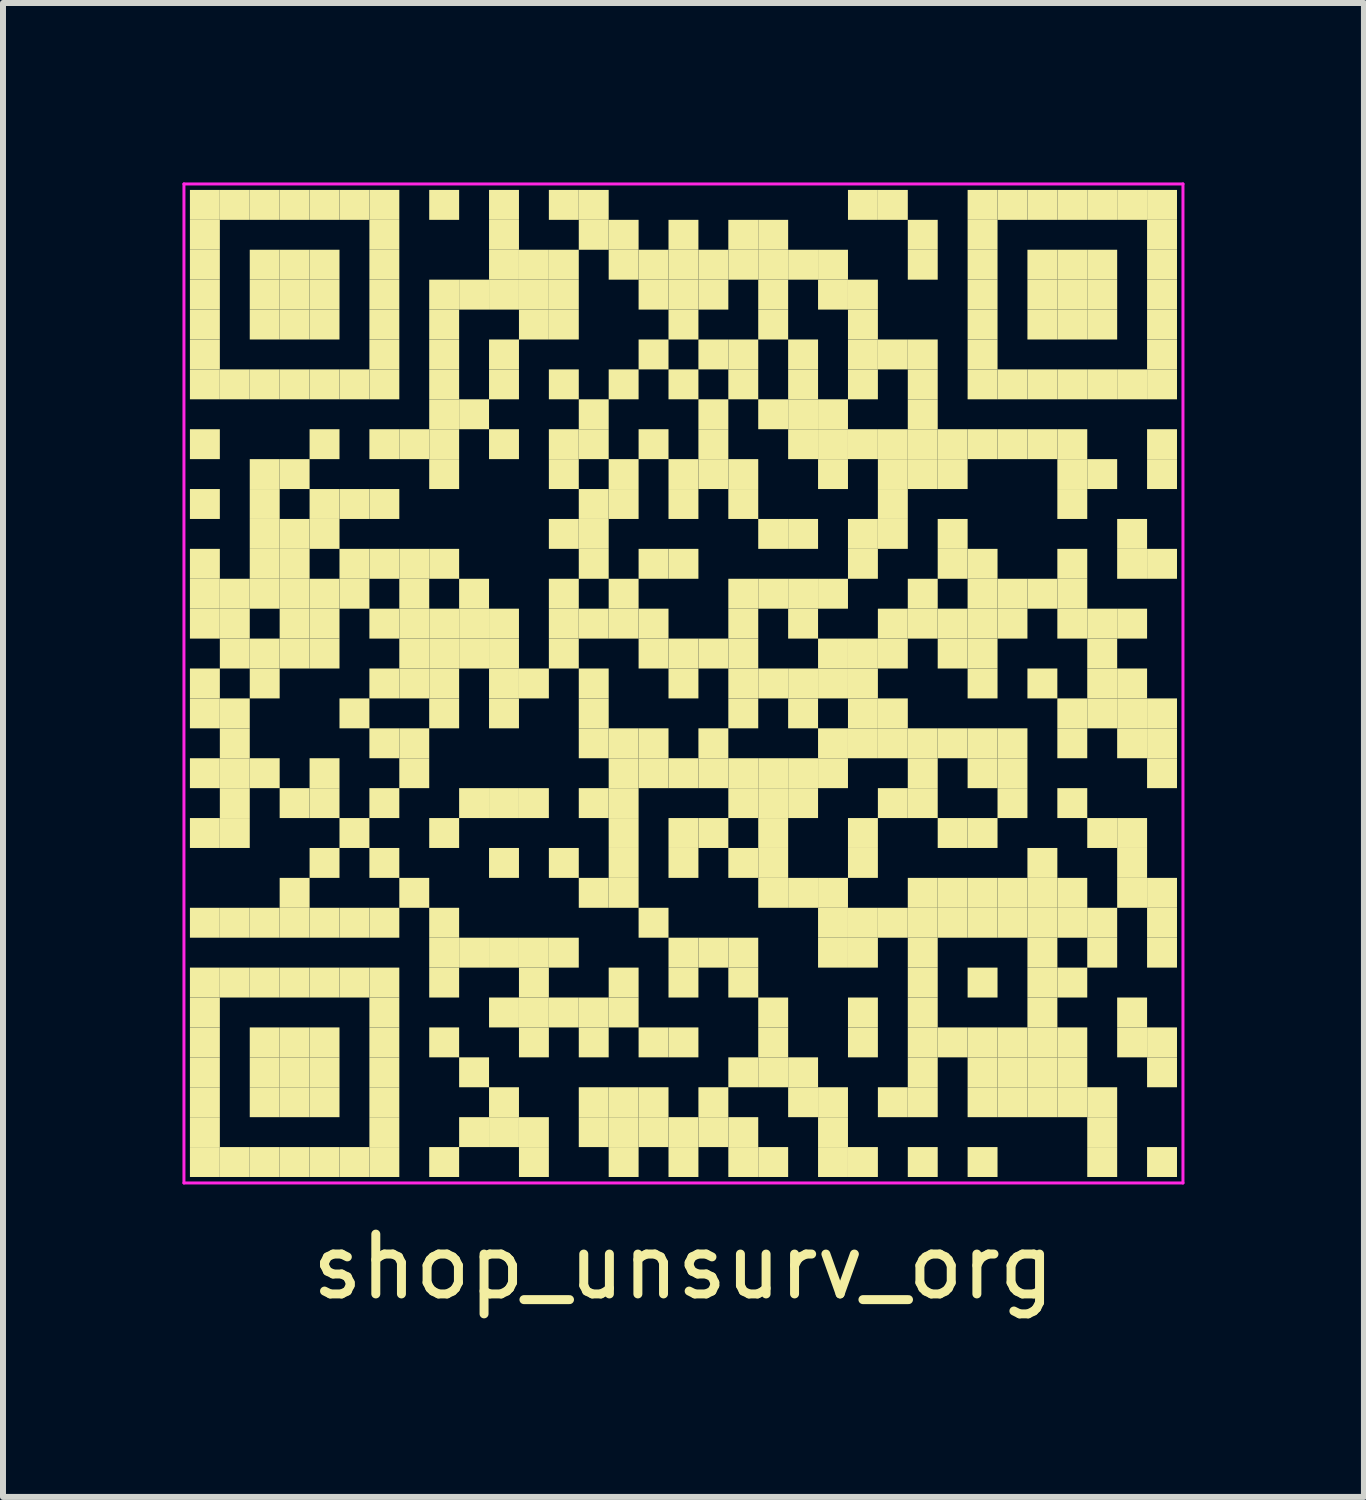
<source format=kicad_pcb>
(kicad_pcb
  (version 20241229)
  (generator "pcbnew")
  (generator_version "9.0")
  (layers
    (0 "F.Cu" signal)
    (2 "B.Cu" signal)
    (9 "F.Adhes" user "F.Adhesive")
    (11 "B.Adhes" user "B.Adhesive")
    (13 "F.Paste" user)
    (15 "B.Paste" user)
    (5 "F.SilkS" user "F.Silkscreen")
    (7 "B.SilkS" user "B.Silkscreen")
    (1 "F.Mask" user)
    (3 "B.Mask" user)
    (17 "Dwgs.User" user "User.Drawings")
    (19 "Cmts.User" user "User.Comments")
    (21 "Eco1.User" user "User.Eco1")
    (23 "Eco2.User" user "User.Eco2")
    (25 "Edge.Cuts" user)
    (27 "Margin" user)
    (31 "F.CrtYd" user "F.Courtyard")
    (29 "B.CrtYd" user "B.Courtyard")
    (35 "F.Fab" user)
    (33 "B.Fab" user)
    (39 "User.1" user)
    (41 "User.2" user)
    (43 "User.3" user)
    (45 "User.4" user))
  (footprint "shop_unsurv_org"
    (layer "F.Cu")
    (at 8.375 8.375)
    (property "Reference" "shop_unsurv_org" (at 0 9.75 0) (layer "F.SilkS") (effects (font (size 1 1) (thickness 0.15))))
    (fp_rect (start -8.25 -8.25) (end -7.75 -7.75) (stroke (width 0) (type default)) (fill yes) (layer "F.SilkS"))
    (fp_rect (start -8.25 -7.75) (end -7.75 -7.25) (stroke (width 0) (type default)) (fill yes) (layer "F.SilkS"))
    (fp_rect (start -8.25 -7.25) (end -7.75 -6.75) (stroke (width 0) (type default)) (fill yes) (layer "F.SilkS"))
    (fp_rect (start -8.25 -6.75) (end -7.75 -6.25) (stroke (width 0) (type default)) (fill yes) (layer "F.SilkS"))
    (fp_rect (start -8.25 -6.25) (end -7.75 -5.75) (stroke (width 0) (type default)) (fill yes) (layer "F.SilkS"))
    (fp_rect (start -8.25 -5.75) (end -7.75 -5.25) (stroke (width 0) (type default)) (fill yes) (layer "F.SilkS"))
    (fp_rect (start -8.25 -5.25) (end -7.75 -4.75) (stroke (width 0) (type default)) (fill yes) (layer "F.SilkS"))
    (fp_rect (start -8.25 -4.25) (end -7.75 -3.75) (stroke (width 0) (type default)) (fill yes) (layer "F.SilkS"))
    (fp_rect (start -8.25 -3.25) (end -7.75 -2.75) (stroke (width 0) (type default)) (fill yes) (layer "F.SilkS"))
    (fp_rect (start -8.25 -2.25) (end -7.75 -1.75) (stroke (width 0) (type default)) (fill yes) (layer "F.SilkS"))
    (fp_rect (start -8.25 -1.75) (end -7.75 -1.25) (stroke (width 0) (type default)) (fill yes) (layer "F.SilkS"))
    (fp_rect (start -8.25 -1.25) (end -7.75 -0.75) (stroke (width 0) (type default)) (fill yes) (layer "F.SilkS"))
    (fp_rect (start -8.25 -0.25) (end -7.75 0.25) (stroke (width 0) (type default)) (fill yes) (layer "F.SilkS"))
    (fp_rect (start -8.25 0.25) (end -7.75 0.75) (stroke (width 0) (type default)) (fill yes) (layer "F.SilkS"))
    (fp_rect (start -8.25 1.25) (end -7.75 1.75) (stroke (width 0) (type default)) (fill yes) (layer "F.SilkS"))
    (fp_rect (start -8.25 2.25) (end -7.75 2.75) (stroke (width 0) (type default)) (fill yes) (layer "F.SilkS"))
    (fp_rect (start -8.25 3.75) (end -7.75 4.25) (stroke (width 0) (type default)) (fill yes) (layer "F.SilkS"))
    (fp_rect (start -8.25 4.75) (end -7.75 5.25) (stroke (width 0) (type default)) (fill yes) (layer "F.SilkS"))
    (fp_rect (start -8.25 5.25) (end -7.75 5.75) (stroke (width 0) (type default)) (fill yes) (layer "F.SilkS"))
    (fp_rect (start -8.25 5.75) (end -7.75 6.25) (stroke (width 0) (type default)) (fill yes) (layer "F.SilkS"))
    (fp_rect (start -8.25 6.25) (end -7.75 6.75) (stroke (width 0) (type default)) (fill yes) (layer "F.SilkS"))
    (fp_rect (start -8.25 6.75) (end -7.75 7.25) (stroke (width 0) (type default)) (fill yes) (layer "F.SilkS"))
    (fp_rect (start -8.25 7.25) (end -7.75 7.75) (stroke (width 0) (type default)) (fill yes) (layer "F.SilkS"))
    (fp_rect (start -8.25 7.75) (end -7.75 8.25) (stroke (width 0) (type default)) (fill yes) (layer "F.SilkS"))
    (fp_rect (start -7.75 -8.25) (end -7.25 -7.75) (stroke (width 0) (type default)) (fill yes) (layer "F.SilkS"))
    (fp_rect (start -7.75 -5.25) (end -7.25 -4.75) (stroke (width 0) (type default)) (fill yes) (layer "F.SilkS"))
    (fp_rect (start -7.75 -1.75) (end -7.25 -1.25) (stroke (width 0) (type default)) (fill yes) (layer "F.SilkS"))
    (fp_rect (start -7.75 -1.25) (end -7.25 -0.75) (stroke (width 0) (type default)) (fill yes) (layer "F.SilkS"))
    (fp_rect (start -7.75 -0.75) (end -7.25 -0.25) (stroke (width 0) (type default)) (fill yes) (layer "F.SilkS"))
    (fp_rect (start -7.75 0.25) (end -7.25 0.75) (stroke (width 0) (type default)) (fill yes) (layer "F.SilkS"))
    (fp_rect (start -7.75 0.75) (end -7.25 1.25) (stroke (width 0) (type default)) (fill yes) (layer "F.SilkS"))
    (fp_rect (start -7.75 1.25) (end -7.25 1.75) (stroke (width 0) (type default)) (fill yes) (layer "F.SilkS"))
    (fp_rect (start -7.75 1.75) (end -7.25 2.25) (stroke (width 0) (type default)) (fill yes) (layer "F.SilkS"))
    (fp_rect (start -7.75 2.25) (end -7.25 2.75) (stroke (width 0) (type default)) (fill yes) (layer "F.SilkS"))
    (fp_rect (start -7.75 3.75) (end -7.25 4.25) (stroke (width 0) (type default)) (fill yes) (layer "F.SilkS"))
    (fp_rect (start -7.75 4.75) (end -7.25 5.25) (stroke (width 0) (type default)) (fill yes) (layer "F.SilkS"))
    (fp_rect (start -7.75 7.75) (end -7.25 8.25) (stroke (width 0) (type default)) (fill yes) (layer "F.SilkS"))
    (fp_rect (start -7.25 -8.25) (end -6.75 -7.75) (stroke (width 0) (type default)) (fill yes) (layer "F.SilkS"))
    (fp_rect (start -7.25 -7.25) (end -6.75 -6.75) (stroke (width 0) (type default)) (fill yes) (layer "F.SilkS"))
    (fp_rect (start -7.25 -6.75) (end -6.75 -6.25) (stroke (width 0) (type default)) (fill yes) (layer "F.SilkS"))
    (fp_rect (start -7.25 -6.25) (end -6.75 -5.75) (stroke (width 0) (type default)) (fill yes) (layer "F.SilkS"))
    (fp_rect (start -7.25 -5.25) (end -6.75 -4.75) (stroke (width 0) (type default)) (fill yes) (layer "F.SilkS"))
    (fp_rect (start -7.25 -3.75) (end -6.75 -3.25) (stroke (width 0) (type default)) (fill yes) (layer "F.SilkS"))
    (fp_rect (start -7.25 -3.25) (end -6.75 -2.75) (stroke (width 0) (type default)) (fill yes) (layer "F.SilkS"))
    (fp_rect (start -7.25 -2.75) (end -6.75 -2.25) (stroke (width 0) (type default)) (fill yes) (layer "F.SilkS"))
    (fp_rect (start -7.25 -2.25) (end -6.75 -1.75) (stroke (width 0) (type default)) (fill yes) (layer "F.SilkS"))
    (fp_rect (start -7.25 -1.75) (end -6.75 -1.25) (stroke (width 0) (type default)) (fill yes) (layer "F.SilkS"))
    (fp_rect (start -7.25 -0.75) (end -6.75 -0.25) (stroke (width 0) (type default)) (fill yes) (layer "F.SilkS"))
    (fp_rect (start -7.25 -0.25) (end -6.75 0.25) (stroke (width 0) (type default)) (fill yes) (layer "F.SilkS"))
    (fp_rect (start -7.25 1.25) (end -6.75 1.75) (stroke (width 0) (type default)) (fill yes) (layer "F.SilkS"))
    (fp_rect (start -7.25 3.75) (end -6.75 4.25) (stroke (width 0) (type default)) (fill yes) (layer "F.SilkS"))
    (fp_rect (start -7.25 4.75) (end -6.75 5.25) (stroke (width 0) (type default)) (fill yes) (layer "F.SilkS"))
    (fp_rect (start -7.25 5.75) (end -6.75 6.25) (stroke (width 0) (type default)) (fill yes) (layer "F.SilkS"))
    (fp_rect (start -7.25 6.25) (end -6.75 6.75) (stroke (width 0) (type default)) (fill yes) (layer "F.SilkS"))
    (fp_rect (start -7.25 6.75) (end -6.75 7.25) (stroke (width 0) (type default)) (fill yes) (layer "F.SilkS"))
    (fp_rect (start -7.25 7.75) (end -6.75 8.25) (stroke (width 0) (type default)) (fill yes) (layer "F.SilkS"))
    (fp_rect (start -6.75 -8.25) (end -6.25 -7.75) (stroke (width 0) (type default)) (fill yes) (layer "F.SilkS"))
    (fp_rect (start -6.75 -7.25) (end -6.25 -6.75) (stroke (width 0) (type default)) (fill yes) (layer "F.SilkS"))
    (fp_rect (start -6.75 -6.75) (end -6.25 -6.25) (stroke (width 0) (type default)) (fill yes) (layer "F.SilkS"))
    (fp_rect (start -6.75 -6.25) (end -6.25 -5.75) (stroke (width 0) (type default)) (fill yes) (layer "F.SilkS"))
    (fp_rect (start -6.75 -5.25) (end -6.25 -4.75) (stroke (width 0) (type default)) (fill yes) (layer "F.SilkS"))
    (fp_rect (start -6.75 -3.75) (end -6.25 -3.25) (stroke (width 0) (type default)) (fill yes) (layer "F.SilkS"))
    (fp_rect (start -6.75 -2.75) (end -6.25 -2.25) (stroke (width 0) (type default)) (fill yes) (layer "F.SilkS"))
    (fp_rect (start -6.75 -2.25) (end -6.25 -1.75) (stroke (width 0) (type default)) (fill yes) (layer "F.SilkS"))
    (fp_rect (start -6.75 -1.75) (end -6.25 -1.25) (stroke (width 0) (type default)) (fill yes) (layer "F.SilkS"))
    (fp_rect (start -6.75 -1.25) (end -6.25 -0.75) (stroke (width 0) (type default)) (fill yes) (layer "F.SilkS"))
    (fp_rect (start -6.75 -0.75) (end -6.25 -0.25) (stroke (width 0) (type default)) (fill yes) (layer "F.SilkS"))
    (fp_rect (start -6.75 1.75) (end -6.25 2.25) (stroke (width 0) (type default)) (fill yes) (layer "F.SilkS"))
    (fp_rect (start -6.75 3.25) (end -6.25 3.75) (stroke (width 0) (type default)) (fill yes) (layer "F.SilkS"))
    (fp_rect (start -6.75 3.75) (end -6.25 4.25) (stroke (width 0) (type default)) (fill yes) (layer "F.SilkS"))
    (fp_rect (start -6.75 4.75) (end -6.25 5.25) (stroke (width 0) (type default)) (fill yes) (layer "F.SilkS"))
    (fp_rect (start -6.75 5.75) (end -6.25 6.25) (stroke (width 0) (type default)) (fill yes) (layer "F.SilkS"))
    (fp_rect (start -6.75 6.25) (end -6.25 6.75) (stroke (width 0) (type default)) (fill yes) (layer "F.SilkS"))
    (fp_rect (start -6.75 6.75) (end -6.25 7.25) (stroke (width 0) (type default)) (fill yes) (layer "F.SilkS"))
    (fp_rect (start -6.75 7.75) (end -6.25 8.25) (stroke (width 0) (type default)) (fill yes) (layer "F.SilkS"))
    (fp_rect (start -6.25 -8.25) (end -5.75 -7.75) (stroke (width 0) (type default)) (fill yes) (layer "F.SilkS"))
    (fp_rect (start -6.25 -7.25) (end -5.75 -6.75) (stroke (width 0) (type default)) (fill yes) (layer "F.SilkS"))
    (fp_rect (start -6.25 -6.75) (end -5.75 -6.25) (stroke (width 0) (type default)) (fill yes) (layer "F.SilkS"))
    (fp_rect (start -6.25 -6.25) (end -5.75 -5.75) (stroke (width 0) (type default)) (fill yes) (layer "F.SilkS"))
    (fp_rect (start -6.25 -5.25) (end -5.75 -4.75) (stroke (width 0) (type default)) (fill yes) (layer "F.SilkS"))
    (fp_rect (start -6.25 -4.25) (end -5.75 -3.75) (stroke (width 0) (type default)) (fill yes) (layer "F.SilkS"))
    (fp_rect (start -6.25 -3.25) (end -5.75 -2.75) (stroke (width 0) (type default)) (fill yes) (layer "F.SilkS"))
    (fp_rect (start -6.25 -2.75) (end -5.75 -2.25) (stroke (width 0) (type default)) (fill yes) (layer "F.SilkS"))
    (fp_rect (start -6.25 -1.75) (end -5.75 -1.25) (stroke (width 0) (type default)) (fill yes) (layer "F.SilkS"))
    (fp_rect (start -6.25 -1.25) (end -5.75 -0.75) (stroke (width 0) (type default)) (fill yes) (layer "F.SilkS"))
    (fp_rect (start -6.25 -0.75) (end -5.75 -0.25) (stroke (width 0) (type default)) (fill yes) (layer "F.SilkS"))
    (fp_rect (start -6.25 1.25) (end -5.75 1.75) (stroke (width 0) (type default)) (fill yes) (layer "F.SilkS"))
    (fp_rect (start -6.25 1.75) (end -5.75 2.25) (stroke (width 0) (type default)) (fill yes) (layer "F.SilkS"))
    (fp_rect (start -6.25 2.75) (end -5.75 3.25) (stroke (width 0) (type default)) (fill yes) (layer "F.SilkS"))
    (fp_rect (start -6.25 3.75) (end -5.75 4.25) (stroke (width 0) (type default)) (fill yes) (layer "F.SilkS"))
    (fp_rect (start -6.25 4.75) (end -5.75 5.25) (stroke (width 0) (type default)) (fill yes) (layer "F.SilkS"))
    (fp_rect (start -6.25 5.75) (end -5.75 6.25) (stroke (width 0) (type default)) (fill yes) (layer "F.SilkS"))
    (fp_rect (start -6.25 6.25) (end -5.75 6.75) (stroke (width 0) (type default)) (fill yes) (layer "F.SilkS"))
    (fp_rect (start -6.25 6.75) (end -5.75 7.25) (stroke (width 0) (type default)) (fill yes) (layer "F.SilkS"))
    (fp_rect (start -6.25 7.75) (end -5.75 8.25) (stroke (width 0) (type default)) (fill yes) (layer "F.SilkS"))
    (fp_rect (start -5.75 -8.25) (end -5.25 -7.75) (stroke (width 0) (type default)) (fill yes) (layer "F.SilkS"))
    (fp_rect (start -5.75 -5.25) (end -5.25 -4.75) (stroke (width 0) (type default)) (fill yes) (layer "F.SilkS"))
    (fp_rect (start -5.75 -3.25) (end -5.25 -2.75) (stroke (width 0) (type default)) (fill yes) (layer "F.SilkS"))
    (fp_rect (start -5.75 -2.25) (end -5.25 -1.75) (stroke (width 0) (type default)) (fill yes) (layer "F.SilkS"))
    (fp_rect (start -5.75 -1.75) (end -5.25 -1.25) (stroke (width 0) (type default)) (fill yes) (layer "F.SilkS"))
    (fp_rect (start -5.75 0.25) (end -5.25 0.75) (stroke (width 0) (type default)) (fill yes) (layer "F.SilkS"))
    (fp_rect (start -5.75 2.25) (end -5.25 2.75) (stroke (width 0) (type default)) (fill yes) (layer "F.SilkS"))
    (fp_rect (start -5.75 3.75) (end -5.25 4.25) (stroke (width 0) (type default)) (fill yes) (layer "F.SilkS"))
    (fp_rect (start -5.75 4.75) (end -5.25 5.25) (stroke (width 0) (type default)) (fill yes) (layer "F.SilkS"))
    (fp_rect (start -5.75 7.75) (end -5.25 8.25) (stroke (width 0) (type default)) (fill yes) (layer "F.SilkS"))
    (fp_rect (start -5.25 -8.25) (end -4.75 -7.75) (stroke (width 0) (type default)) (fill yes) (layer "F.SilkS"))
    (fp_rect (start -5.25 -7.75) (end -4.75 -7.25) (stroke (width 0) (type default)) (fill yes) (layer "F.SilkS"))
    (fp_rect (start -5.25 -7.25) (end -4.75 -6.75) (stroke (width 0) (type default)) (fill yes) (layer "F.SilkS"))
    (fp_rect (start -5.25 -6.75) (end -4.75 -6.25) (stroke (width 0) (type default)) (fill yes) (layer "F.SilkS"))
    (fp_rect (start -5.25 -6.25) (end -4.75 -5.75) (stroke (width 0) (type default)) (fill yes) (layer "F.SilkS"))
    (fp_rect (start -5.25 -5.75) (end -4.75 -5.25) (stroke (width 0) (type default)) (fill yes) (layer "F.SilkS"))
    (fp_rect (start -5.25 -5.25) (end -4.75 -4.75) (stroke (width 0) (type default)) (fill yes) (layer "F.SilkS"))
    (fp_rect (start -5.25 -4.25) (end -4.75 -3.75) (stroke (width 0) (type default)) (fill yes) (layer "F.SilkS"))
    (fp_rect (start -5.25 -3.25) (end -4.75 -2.75) (stroke (width 0) (type default)) (fill yes) (layer "F.SilkS"))
    (fp_rect (start -5.25 -2.25) (end -4.75 -1.75) (stroke (width 0) (type default)) (fill yes) (layer "F.SilkS"))
    (fp_rect (start -5.25 -1.25) (end -4.75 -0.75) (stroke (width 0) (type default)) (fill yes) (layer "F.SilkS"))
    (fp_rect (start -5.25 -0.25) (end -4.75 0.25) (stroke (width 0) (type default)) (fill yes) (layer "F.SilkS"))
    (fp_rect (start -5.25 0.75) (end -4.75 1.25) (stroke (width 0) (type default)) (fill yes) (layer "F.SilkS"))
    (fp_rect (start -5.25 1.75) (end -4.75 2.25) (stroke (width 0) (type default)) (fill yes) (layer "F.SilkS"))
    (fp_rect (start -5.25 2.75) (end -4.75 3.25) (stroke (width 0) (type default)) (fill yes) (layer "F.SilkS"))
    (fp_rect (start -5.25 3.75) (end -4.75 4.25) (stroke (width 0) (type default)) (fill yes) (layer "F.SilkS"))
    (fp_rect (start -5.25 4.75) (end -4.75 5.25) (stroke (width 0) (type default)) (fill yes) (layer "F.SilkS"))
    (fp_rect (start -5.25 5.25) (end -4.75 5.75) (stroke (width 0) (type default)) (fill yes) (layer "F.SilkS"))
    (fp_rect (start -5.25 5.75) (end -4.75 6.25) (stroke (width 0) (type default)) (fill yes) (layer "F.SilkS"))
    (fp_rect (start -5.25 6.25) (end -4.75 6.75) (stroke (width 0) (type default)) (fill yes) (layer "F.SilkS"))
    (fp_rect (start -5.25 6.75) (end -4.75 7.25) (stroke (width 0) (type default)) (fill yes) (layer "F.SilkS"))
    (fp_rect (start -5.25 7.25) (end -4.75 7.75) (stroke (width 0) (type default)) (fill yes) (layer "F.SilkS"))
    (fp_rect (start -5.25 7.75) (end -4.75 8.25) (stroke (width 0) (type default)) (fill yes) (layer "F.SilkS"))
    (fp_rect (start -4.75 -4.25) (end -4.25 -3.75) (stroke (width 0) (type default)) (fill yes) (layer "F.SilkS"))
    (fp_rect (start -4.75 -2.25) (end -4.25 -1.75) (stroke (width 0) (type default)) (fill yes) (layer "F.SilkS"))
    (fp_rect (start -4.75 -1.75) (end -4.25 -1.25) (stroke (width 0) (type default)) (fill yes) (layer "F.SilkS"))
    (fp_rect (start -4.75 -1.25) (end -4.25 -0.75) (stroke (width 0) (type default)) (fill yes) (layer "F.SilkS"))
    (fp_rect (start -4.75 -0.75) (end -4.25 -0.25) (stroke (width 0) (type default)) (fill yes) (layer "F.SilkS"))
    (fp_rect (start -4.75 -0.25) (end -4.25 0.25) (stroke (width 0) (type default)) (fill yes) (layer "F.SilkS"))
    (fp_rect (start -4.75 0.75) (end -4.25 1.25) (stroke (width 0) (type default)) (fill yes) (layer "F.SilkS"))
    (fp_rect (start -4.75 1.25) (end -4.25 1.75) (stroke (width 0) (type default)) (fill yes) (layer "F.SilkS"))
    (fp_rect (start -4.75 3.25) (end -4.25 3.75) (stroke (width 0) (type default)) (fill yes) (layer "F.SilkS"))
    (fp_rect (start -4.25 -8.25) (end -3.75 -7.75) (stroke (width 0) (type default)) (fill yes) (layer "F.SilkS"))
    (fp_rect (start -4.25 -6.75) (end -3.75 -6.25) (stroke (width 0) (type default)) (fill yes) (layer "F.SilkS"))
    (fp_rect (start -4.25 -6.25) (end -3.75 -5.75) (stroke (width 0) (type default)) (fill yes) (layer "F.SilkS"))
    (fp_rect (start -4.25 -5.75) (end -3.75 -5.25) (stroke (width 0) (type default)) (fill yes) (layer "F.SilkS"))
    (fp_rect (start -4.25 -5.25) (end -3.75 -4.75) (stroke (width 0) (type default)) (fill yes) (layer "F.SilkS"))
    (fp_rect (start -4.25 -4.75) (end -3.75 -4.25) (stroke (width 0) (type default)) (fill yes) (layer "F.SilkS"))
    (fp_rect (start -4.25 -4.25) (end -3.75 -3.75) (stroke (width 0) (type default)) (fill yes) (layer "F.SilkS"))
    (fp_rect (start -4.25 -3.75) (end -3.75 -3.25) (stroke (width 0) (type default)) (fill yes) (layer "F.SilkS"))
    (fp_rect (start -4.25 -2.25) (end -3.75 -1.75) (stroke (width 0) (type default)) (fill yes) (layer "F.SilkS"))
    (fp_rect (start -4.25 -1.25) (end -3.75 -0.75) (stroke (width 0) (type default)) (fill yes) (layer "F.SilkS"))
    (fp_rect (start -4.25 -0.75) (end -3.75 -0.25) (stroke (width 0) (type default)) (fill yes) (layer "F.SilkS"))
    (fp_rect (start -4.25 -0.25) (end -3.75 0.25) (stroke (width 0) (type default)) (fill yes) (layer "F.SilkS"))
    (fp_rect (start -4.25 0.25) (end -3.75 0.75) (stroke (width 0) (type default)) (fill yes) (layer "F.SilkS"))
    (fp_rect (start -4.25 2.25) (end -3.75 2.75) (stroke (width 0) (type default)) (fill yes) (layer "F.SilkS"))
    (fp_rect (start -4.25 3.75) (end -3.75 4.25) (stroke (width 0) (type default)) (fill yes) (layer "F.SilkS"))
    (fp_rect (start -4.25 4.25) (end -3.75 4.75) (stroke (width 0) (type default)) (fill yes) (layer "F.SilkS"))
    (fp_rect (start -4.25 4.75) (end -3.75 5.25) (stroke (width 0) (type default)) (fill yes) (layer "F.SilkS"))
    (fp_rect (start -4.25 5.75) (end -3.75 6.25) (stroke (width 0) (type default)) (fill yes) (layer "F.SilkS"))
    (fp_rect (start -4.25 7.75) (end -3.75 8.25) (stroke (width 0) (type default)) (fill yes) (layer "F.SilkS"))
    (fp_rect (start -3.75 -6.75) (end -3.25 -6.25) (stroke (width 0) (type default)) (fill yes) (layer "F.SilkS"))
    (fp_rect (start -3.75 -4.75) (end -3.25 -4.25) (stroke (width 0) (type default)) (fill yes) (layer "F.SilkS"))
    (fp_rect (start -3.75 -1.75) (end -3.25 -1.25) (stroke (width 0) (type default)) (fill yes) (layer "F.SilkS"))
    (fp_rect (start -3.75 -1.25) (end -3.25 -0.75) (stroke (width 0) (type default)) (fill yes) (layer "F.SilkS"))
    (fp_rect (start -3.75 -0.75) (end -3.25 -0.25) (stroke (width 0) (type default)) (fill yes) (layer "F.SilkS"))
    (fp_rect (start -3.75 1.75) (end -3.25 2.25) (stroke (width 0) (type default)) (fill yes) (layer "F.SilkS"))
    (fp_rect (start -3.75 4.25) (end -3.25 4.75) (stroke (width 0) (type default)) (fill yes) (layer "F.SilkS"))
    (fp_rect (start -3.75 6.25) (end -3.25 6.75) (stroke (width 0) (type default)) (fill yes) (layer "F.SilkS"))
    (fp_rect (start -3.75 7.25) (end -3.25 7.75) (stroke (width 0) (type default)) (fill yes) (layer "F.SilkS"))
    (fp_rect (start -3.25 -8.25) (end -2.75 -7.75) (stroke (width 0) (type default)) (fill yes) (layer "F.SilkS"))
    (fp_rect (start -3.25 -7.75) (end -2.75 -7.25) (stroke (width 0) (type default)) (fill yes) (layer "F.SilkS"))
    (fp_rect (start -3.25 -7.25) (end -2.75 -6.75) (stroke (width 0) (type default)) (fill yes) (layer "F.SilkS"))
    (fp_rect (start -3.25 -6.75) (end -2.75 -6.25) (stroke (width 0) (type default)) (fill yes) (layer "F.SilkS"))
    (fp_rect (start -3.25 -5.75) (end -2.75 -5.25) (stroke (width 0) (type default)) (fill yes) (layer "F.SilkS"))
    (fp_rect (start -3.25 -5.25) (end -2.75 -4.75) (stroke (width 0) (type default)) (fill yes) (layer "F.SilkS"))
    (fp_rect (start -3.25 -4.25) (end -2.75 -3.75) (stroke (width 0) (type default)) (fill yes) (layer "F.SilkS"))
    (fp_rect (start -3.25 -1.25) (end -2.75 -0.75) (stroke (width 0) (type default)) (fill yes) (layer "F.SilkS"))
    (fp_rect (start -3.25 -0.75) (end -2.75 -0.25) (stroke (width 0) (type default)) (fill yes) (layer "F.SilkS"))
    (fp_rect (start -3.25 -0.25) (end -2.75 0.25) (stroke (width 0) (type default)) (fill yes) (layer "F.SilkS"))
    (fp_rect (start -3.25 0.25) (end -2.75 0.75) (stroke (width 0) (type default)) (fill yes) (layer "F.SilkS"))
    (fp_rect (start -3.25 1.75) (end -2.75 2.25) (stroke (width 0) (type default)) (fill yes) (layer "F.SilkS"))
    (fp_rect (start -3.25 2.75) (end -2.75 3.25) (stroke (width 0) (type default)) (fill yes) (layer "F.SilkS"))
    (fp_rect (start -3.25 4.25) (end -2.75 4.75) (stroke (width 0) (type default)) (fill yes) (layer "F.SilkS"))
    (fp_rect (start -3.25 5.25) (end -2.75 5.75) (stroke (width 0) (type default)) (fill yes) (layer "F.SilkS"))
    (fp_rect (start -3.25 6.75) (end -2.75 7.25) (stroke (width 0) (type default)) (fill yes) (layer "F.SilkS"))
    (fp_rect (start -3.25 7.25) (end -2.75 7.75) (stroke (width 0) (type default)) (fill yes) (layer "F.SilkS"))
    (fp_rect (start -2.75 -7.25) (end -2.25 -6.75) (stroke (width 0) (type default)) (fill yes) (layer "F.SilkS"))
    (fp_rect (start -2.75 -6.75) (end -2.25 -6.25) (stroke (width 0) (type default)) (fill yes) (layer "F.SilkS"))
    (fp_rect (start -2.75 -6.25) (end -2.25 -5.75) (stroke (width 0) (type default)) (fill yes) (layer "F.SilkS"))
    (fp_rect (start -2.75 -0.25) (end -2.25 0.25) (stroke (width 0) (type default)) (fill yes) (layer "F.SilkS"))
    (fp_rect (start -2.75 1.75) (end -2.25 2.25) (stroke (width 0) (type default)) (fill yes) (layer "F.SilkS"))
    (fp_rect (start -2.75 4.25) (end -2.25 4.75) (stroke (width 0) (type default)) (fill yes) (layer "F.SilkS"))
    (fp_rect (start -2.75 4.75) (end -2.25 5.25) (stroke (width 0) (type default)) (fill yes) (layer "F.SilkS"))
    (fp_rect (start -2.75 5.25) (end -2.25 5.75) (stroke (width 0) (type default)) (fill yes) (layer "F.SilkS"))
    (fp_rect (start -2.75 5.75) (end -2.25 6.25) (stroke (width 0) (type default)) (fill yes) (layer "F.SilkS"))
    (fp_rect (start -2.75 7.25) (end -2.25 7.75) (stroke (width 0) (type default)) (fill yes) (layer "F.SilkS"))
    (fp_rect (start -2.75 7.75) (end -2.25 8.25) (stroke (width 0) (type default)) (fill yes) (layer "F.SilkS"))
    (fp_rect (start -2.25 -8.25) (end -1.75 -7.75) (stroke (width 0) (type default)) (fill yes) (layer "F.SilkS"))
    (fp_rect (start -2.25 -7.25) (end -1.75 -6.75) (stroke (width 0) (type default)) (fill yes) (layer "F.SilkS"))
    (fp_rect (start -2.25 -6.75) (end -1.75 -6.25) (stroke (width 0) (type default)) (fill yes) (layer "F.SilkS"))
    (fp_rect (start -2.25 -6.25) (end -1.75 -5.75) (stroke (width 0) (type default)) (fill yes) (layer "F.SilkS"))
    (fp_rect (start -2.25 -5.25) (end -1.75 -4.75) (stroke (width 0) (type default)) (fill yes) (layer "F.SilkS"))
    (fp_rect (start -2.25 -4.25) (end -1.75 -3.75) (stroke (width 0) (type default)) (fill yes) (layer "F.SilkS"))
    (fp_rect (start -2.25 -3.75) (end -1.75 -3.25) (stroke (width 0) (type default)) (fill yes) (layer "F.SilkS"))
    (fp_rect (start -2.25 -2.75) (end -1.75 -2.25) (stroke (width 0) (type default)) (fill yes) (layer "F.SilkS"))
    (fp_rect (start -2.25 -1.75) (end -1.75 -1.25) (stroke (width 0) (type default)) (fill yes) (layer "F.SilkS"))
    (fp_rect (start -2.25 -1.25) (end -1.75 -0.75) (stroke (width 0) (type default)) (fill yes) (layer "F.SilkS"))
    (fp_rect (start -2.25 -0.75) (end -1.75 -0.25) (stroke (width 0) (type default)) (fill yes) (layer "F.SilkS"))
    (fp_rect (start -2.25 2.75) (end -1.75 3.25) (stroke (width 0) (type default)) (fill yes) (layer "F.SilkS"))
    (fp_rect (start -2.25 4.25) (end -1.75 4.75) (stroke (width 0) (type default)) (fill yes) (layer "F.SilkS"))
    (fp_rect (start -2.25 5.25) (end -1.75 5.75) (stroke (width 0) (type default)) (fill yes) (layer "F.SilkS"))
    (fp_rect (start -1.75 -8.25) (end -1.25 -7.75) (stroke (width 0) (type default)) (fill yes) (layer "F.SilkS"))
    (fp_rect (start -1.75 -7.75) (end -1.25 -7.25) (stroke (width 0) (type default)) (fill yes) (layer "F.SilkS"))
    (fp_rect (start -1.75 -4.75) (end -1.25 -4.25) (stroke (width 0) (type default)) (fill yes) (layer "F.SilkS"))
    (fp_rect (start -1.75 -4.25) (end -1.25 -3.75) (stroke (width 0) (type default)) (fill yes) (layer "F.SilkS"))
    (fp_rect (start -1.75 -3.25) (end -1.25 -2.75) (stroke (width 0) (type default)) (fill yes) (layer "F.SilkS"))
    (fp_rect (start -1.75 -2.75) (end -1.25 -2.25) (stroke (width 0) (type default)) (fill yes) (layer "F.SilkS"))
    (fp_rect (start -1.75 -2.25) (end -1.25 -1.75) (stroke (width 0) (type default)) (fill yes) (layer "F.SilkS"))
    (fp_rect (start -1.75 -1.25) (end -1.25 -0.75) (stroke (width 0) (type default)) (fill yes) (layer "F.SilkS"))
    (fp_rect (start -1.75 -0.25) (end -1.25 0.25) (stroke (width 0) (type default)) (fill yes) (layer "F.SilkS"))
    (fp_rect (start -1.75 0.25) (end -1.25 0.75) (stroke (width 0) (type default)) (fill yes) (layer "F.SilkS"))
    (fp_rect (start -1.75 0.75) (end -1.25 1.25) (stroke (width 0) (type default)) (fill yes) (layer "F.SilkS"))
    (fp_rect (start -1.75 1.75) (end -1.25 2.25) (stroke (width 0) (type default)) (fill yes) (layer "F.SilkS"))
    (fp_rect (start -1.75 3.25) (end -1.25 3.75) (stroke (width 0) (type default)) (fill yes) (layer "F.SilkS"))
    (fp_rect (start -1.75 5.25) (end -1.25 5.75) (stroke (width 0) (type default)) (fill yes) (layer "F.SilkS"))
    (fp_rect (start -1.75 5.75) (end -1.25 6.25) (stroke (width 0) (type default)) (fill yes) (layer "F.SilkS"))
    (fp_rect (start -1.75 6.75) (end -1.25 7.25) (stroke (width 0) (type default)) (fill yes) (layer "F.SilkS"))
    (fp_rect (start -1.75 7.25) (end -1.25 7.75) (stroke (width 0) (type default)) (fill yes) (layer "F.SilkS"))
    (fp_rect (start -1.25 -7.75) (end -0.75 -7.25) (stroke (width 0) (type default)) (fill yes) (layer "F.SilkS"))
    (fp_rect (start -1.25 -7.25) (end -0.75 -6.75) (stroke (width 0) (type default)) (fill yes) (layer "F.SilkS"))
    (fp_rect (start -1.25 -5.25) (end -0.75 -4.75) (stroke (width 0) (type default)) (fill yes) (layer "F.SilkS"))
    (fp_rect (start -1.25 -3.75) (end -0.75 -3.25) (stroke (width 0) (type default)) (fill yes) (layer "F.SilkS"))
    (fp_rect (start -1.25 -3.25) (end -0.75 -2.75) (stroke (width 0) (type default)) (fill yes) (layer "F.SilkS"))
    (fp_rect (start -1.25 -1.75) (end -0.75 -1.25) (stroke (width 0) (type default)) (fill yes) (layer "F.SilkS"))
    (fp_rect (start -1.25 -1.25) (end -0.75 -0.75) (stroke (width 0) (type default)) (fill yes) (layer "F.SilkS"))
    (fp_rect (start -1.25 0.75) (end -0.75 1.25) (stroke (width 0) (type default)) (fill yes) (layer "F.SilkS"))
    (fp_rect (start -1.25 1.25) (end -0.75 1.75) (stroke (width 0) (type default)) (fill yes) (layer "F.SilkS"))
    (fp_rect (start -1.25 1.75) (end -0.75 2.25) (stroke (width 0) (type default)) (fill yes) (layer "F.SilkS"))
    (fp_rect (start -1.25 2.25) (end -0.75 2.75) (stroke (width 0) (type default)) (fill yes) (layer "F.SilkS"))
    (fp_rect (start -1.25 2.75) (end -0.75 3.25) (stroke (width 0) (type default)) (fill yes) (layer "F.SilkS"))
    (fp_rect (start -1.25 3.25) (end -0.75 3.75) (stroke (width 0) (type default)) (fill yes) (layer "F.SilkS"))
    (fp_rect (start -1.25 4.75) (end -0.75 5.25) (stroke (width 0) (type default)) (fill yes) (layer "F.SilkS"))
    (fp_rect (start -1.25 5.25) (end -0.75 5.75) (stroke (width 0) (type default)) (fill yes) (layer "F.SilkS"))
    (fp_rect (start -1.25 6.75) (end -0.75 7.25) (stroke (width 0) (type default)) (fill yes) (layer "F.SilkS"))
    (fp_rect (start -1.25 7.25) (end -0.75 7.75) (stroke (width 0) (type default)) (fill yes) (layer "F.SilkS"))
    (fp_rect (start -1.25 7.75) (end -0.75 8.25) (stroke (width 0) (type default)) (fill yes) (layer "F.SilkS"))
    (fp_rect (start -0.75 -7.25) (end -0.25 -6.75) (stroke (width 0) (type default)) (fill yes) (layer "F.SilkS"))
    (fp_rect (start -0.75 -6.75) (end -0.25 -6.25) (stroke (width 0) (type default)) (fill yes) (layer "F.SilkS"))
    (fp_rect (start -0.75 -5.75) (end -0.25 -5.25) (stroke (width 0) (type default)) (fill yes) (layer "F.SilkS"))
    (fp_rect (start -0.75 -4.25) (end -0.25 -3.75) (stroke (width 0) (type default)) (fill yes) (layer "F.SilkS"))
    (fp_rect (start -0.75 -2.25) (end -0.25 -1.75) (stroke (width 0) (type default)) (fill yes) (layer "F.SilkS"))
    (fp_rect (start -0.75 -1.25) (end -0.25 -0.75) (stroke (width 0) (type default)) (fill yes) (layer "F.SilkS"))
    (fp_rect (start -0.75 -0.75) (end -0.25 -0.25) (stroke (width 0) (type default)) (fill yes) (layer "F.SilkS"))
    (fp_rect (start -0.75 0.75) (end -0.25 1.25) (stroke (width 0) (type default)) (fill yes) (layer "F.SilkS"))
    (fp_rect (start -0.75 1.25) (end -0.25 1.75) (stroke (width 0) (type default)) (fill yes) (layer "F.SilkS"))
    (fp_rect (start -0.75 3.75) (end -0.25 4.25) (stroke (width 0) (type default)) (fill yes) (layer "F.SilkS"))
    (fp_rect (start -0.75 5.75) (end -0.25 6.25) (stroke (width 0) (type default)) (fill yes) (layer "F.SilkS"))
    (fp_rect (start -0.75 6.75) (end -0.25 7.25) (stroke (width 0) (type default)) (fill yes) (layer "F.SilkS"))
    (fp_rect (start -0.75 7.25) (end -0.25 7.75) (stroke (width 0) (type default)) (fill yes) (layer "F.SilkS"))
    (fp_rect (start -0.25 -7.75) (end 0.25 -7.25) (stroke (width 0) (type default)) (fill yes) (layer "F.SilkS"))
    (fp_rect (start -0.25 -7.25) (end 0.25 -6.75) (stroke (width 0) (type default)) (fill yes) (layer "F.SilkS"))
    (fp_rect (start -0.25 -6.75) (end 0.25 -6.25) (stroke (width 0) (type default)) (fill yes) (layer "F.SilkS"))
    (fp_rect (start -0.25 -6.25) (end 0.25 -5.75) (stroke (width 0) (type default)) (fill yes) (layer "F.SilkS"))
    (fp_rect (start -0.25 -5.25) (end 0.25 -4.75) (stroke (width 0) (type default)) (fill yes) (layer "F.SilkS"))
    (fp_rect (start -0.25 -3.75) (end 0.25 -3.25) (stroke (width 0) (type default)) (fill yes) (layer "F.SilkS"))
    (fp_rect (start -0.25 -3.25) (end 0.25 -2.75) (stroke (width 0) (type default)) (fill yes) (layer "F.SilkS"))
    (fp_rect (start -0.25 -2.25) (end 0.25 -1.75) (stroke (width 0) (type default)) (fill yes) (layer "F.SilkS"))
    (fp_rect (start -0.25 -0.75) (end 0.25 -0.25) (stroke (width 0) (type default)) (fill yes) (layer "F.SilkS"))
    (fp_rect (start -0.25 -0.25) (end 0.25 0.25) (stroke (width 0) (type default)) (fill yes) (layer "F.SilkS"))
    (fp_rect (start -0.25 1.25) (end 0.25 1.75) (stroke (width 0) (type default)) (fill yes) (layer "F.SilkS"))
    (fp_rect (start -0.25 2.25) (end 0.25 2.75) (stroke (width 0) (type default)) (fill yes) (layer "F.SilkS"))
    (fp_rect (start -0.25 2.75) (end 0.25 3.25) (stroke (width 0) (type default)) (fill yes) (layer "F.SilkS"))
    (fp_rect (start -0.25 4.25) (end 0.25 4.75) (stroke (width 0) (type default)) (fill yes) (layer "F.SilkS"))
    (fp_rect (start -0.25 4.75) (end 0.25 5.25) (stroke (width 0) (type default)) (fill yes) (layer "F.SilkS"))
    (fp_rect (start -0.25 5.75) (end 0.25 6.25) (stroke (width 0) (type default)) (fill yes) (layer "F.SilkS"))
    (fp_rect (start -0.25 7.25) (end 0.25 7.75) (stroke (width 0) (type default)) (fill yes) (layer "F.SilkS"))
    (fp_rect (start -0.25 7.75) (end 0.25 8.25) (stroke (width 0) (type default)) (fill yes) (layer "F.SilkS"))
    (fp_rect (start 0.25 -7.25) (end 0.75 -6.75) (stroke (width 0) (type default)) (fill yes) (layer "F.SilkS"))
    (fp_rect (start 0.25 -6.75) (end 0.75 -6.25) (stroke (width 0) (type default)) (fill yes) (layer "F.SilkS"))
    (fp_rect (start 0.25 -5.75) (end 0.75 -5.25) (stroke (width 0) (type default)) (fill yes) (layer "F.SilkS"))
    (fp_rect (start 0.25 -4.75) (end 0.75 -4.25) (stroke (width 0) (type default)) (fill yes) (layer "F.SilkS"))
    (fp_rect (start 0.25 -4.25) (end 0.75 -3.75) (stroke (width 0) (type default)) (fill yes) (layer "F.SilkS"))
    (fp_rect (start 0.25 -3.75) (end 0.75 -3.25) (stroke (width 0) (type default)) (fill yes) (layer "F.SilkS"))
    (fp_rect (start 0.25 -0.75) (end 0.75 -0.25) (stroke (width 0) (type default)) (fill yes) (layer "F.SilkS"))
    (fp_rect (start 0.25 0.75) (end 0.75 1.25) (stroke (width 0) (type default)) (fill yes) (layer "F.SilkS"))
    (fp_rect (start 0.25 1.25) (end 0.75 1.75) (stroke (width 0) (type default)) (fill yes) (layer "F.SilkS"))
    (fp_rect (start 0.25 2.25) (end 0.75 2.75) (stroke (width 0) (type default)) (fill yes) (layer "F.SilkS"))
    (fp_rect (start 0.25 4.25) (end 0.75 4.75) (stroke (width 0) (type default)) (fill yes) (layer "F.SilkS"))
    (fp_rect (start 0.25 6.75) (end 0.75 7.25) (stroke (width 0) (type default)) (fill yes) (layer "F.SilkS"))
    (fp_rect (start 0.25 7.25) (end 0.75 7.75) (stroke (width 0) (type default)) (fill yes) (layer "F.SilkS"))
    (fp_rect (start 0.75 -7.75) (end 1.25 -7.25) (stroke (width 0) (type default)) (fill yes) (layer "F.SilkS"))
    (fp_rect (start 0.75 -7.25) (end 1.25 -6.75) (stroke (width 0) (type default)) (fill yes) (layer "F.SilkS"))
    (fp_rect (start 0.75 -5.75) (end 1.25 -5.25) (stroke (width 0) (type default)) (fill yes) (layer "F.SilkS"))
    (fp_rect (start 0.75 -5.25) (end 1.25 -4.75) (stroke (width 0) (type default)) (fill yes) (layer "F.SilkS"))
    (fp_rect (start 0.75 -3.75) (end 1.25 -3.25) (stroke (width 0) (type default)) (fill yes) (layer "F.SilkS"))
    (fp_rect (start 0.75 -3.25) (end 1.25 -2.75) (stroke (width 0) (type default)) (fill yes) (layer "F.SilkS"))
    (fp_rect (start 0.75 -1.75) (end 1.25 -1.25) (stroke (width 0) (type default)) (fill yes) (layer "F.SilkS"))
    (fp_rect (start 0.75 -1.25) (end 1.25 -0.75) (stroke (width 0) (type default)) (fill yes) (layer "F.SilkS"))
    (fp_rect (start 0.75 -0.75) (end 1.25 -0.25) (stroke (width 0) (type default)) (fill yes) (layer "F.SilkS"))
    (fp_rect (start 0.75 -0.25) (end 1.25 0.25) (stroke (width 0) (type default)) (fill yes) (layer "F.SilkS"))
    (fp_rect (start 0.75 0.25) (end 1.25 0.75) (stroke (width 0) (type default)) (fill yes) (layer "F.SilkS"))
    (fp_rect (start 0.75 1.25) (end 1.25 1.75) (stroke (width 0) (type default)) (fill yes) (layer "F.SilkS"))
    (fp_rect (start 0.75 1.75) (end 1.25 2.25) (stroke (width 0) (type default)) (fill yes) (layer "F.SilkS"))
    (fp_rect (start 0.75 2.75) (end 1.25 3.25) (stroke (width 0) (type default)) (fill yes) (layer "F.SilkS"))
    (fp_rect (start 0.75 4.25) (end 1.25 4.75) (stroke (width 0) (type default)) (fill yes) (layer "F.SilkS"))
    (fp_rect (start 0.75 4.75) (end 1.25 5.25) (stroke (width 0) (type default)) (fill yes) (layer "F.SilkS"))
    (fp_rect (start 0.75 6.25) (end 1.25 6.75) (stroke (width 0) (type default)) (fill yes) (layer "F.SilkS"))
    (fp_rect (start 0.75 7.25) (end 1.25 7.75) (stroke (width 0) (type default)) (fill yes) (layer "F.SilkS"))
    (fp_rect (start 0.75 7.75) (end 1.25 8.25) (stroke (width 0) (type default)) (fill yes) (layer "F.SilkS"))
    (fp_rect (start 1.25 -7.75) (end 1.75 -7.25) (stroke (width 0) (type default)) (fill yes) (layer "F.SilkS"))
    (fp_rect (start 1.25 -7.25) (end 1.75 -6.75) (stroke (width 0) (type default)) (fill yes) (layer "F.SilkS"))
    (fp_rect (start 1.25 -6.75) (end 1.75 -6.25) (stroke (width 0) (type default)) (fill yes) (layer "F.SilkS"))
    (fp_rect (start 1.25 -6.25) (end 1.75 -5.75) (stroke (width 0) (type default)) (fill yes) (layer "F.SilkS"))
    (fp_rect (start 1.25 -4.75) (end 1.75 -4.25) (stroke (width 0) (type default)) (fill yes) (layer "F.SilkS"))
    (fp_rect (start 1.25 -2.75) (end 1.75 -2.25) (stroke (width 0) (type default)) (fill yes) (layer "F.SilkS"))
    (fp_rect (start 1.25 -1.75) (end 1.75 -1.25) (stroke (width 0) (type default)) (fill yes) (layer "F.SilkS"))
    (fp_rect (start 1.25 -0.25) (end 1.75 0.25) (stroke (width 0) (type default)) (fill yes) (layer "F.SilkS"))
    (fp_rect (start 1.25 1.25) (end 1.75 1.75) (stroke (width 0) (type default)) (fill yes) (layer "F.SilkS"))
    (fp_rect (start 1.25 1.75) (end 1.75 2.25) (stroke (width 0) (type default)) (fill yes) (layer "F.SilkS"))
    (fp_rect (start 1.25 2.25) (end 1.75 2.75) (stroke (width 0) (type default)) (fill yes) (layer "F.SilkS"))
    (fp_rect (start 1.25 2.75) (end 1.75 3.25) (stroke (width 0) (type default)) (fill yes) (layer "F.SilkS"))
    (fp_rect (start 1.25 3.25) (end 1.75 3.75) (stroke (width 0) (type default)) (fill yes) (layer "F.SilkS"))
    (fp_rect (start 1.25 5.25) (end 1.75 5.75) (stroke (width 0) (type default)) (fill yes) (layer "F.SilkS"))
    (fp_rect (start 1.25 5.75) (end 1.75 6.25) (stroke (width 0) (type default)) (fill yes) (layer "F.SilkS"))
    (fp_rect (start 1.25 6.25) (end 1.75 6.75) (stroke (width 0) (type default)) (fill yes) (layer "F.SilkS"))
    (fp_rect (start 1.25 7.75) (end 1.75 8.25) (stroke (width 0) (type default)) (fill yes) (layer "F.SilkS"))
    (fp_rect (start 1.75 -7.25) (end 2.25 -6.75) (stroke (width 0) (type default)) (fill yes) (layer "F.SilkS"))
    (fp_rect (start 1.75 -5.75) (end 2.25 -5.25) (stroke (width 0) (type default)) (fill yes) (layer "F.SilkS"))
    (fp_rect (start 1.75 -5.25) (end 2.25 -4.75) (stroke (width 0) (type default)) (fill yes) (layer "F.SilkS"))
    (fp_rect (start 1.75 -4.75) (end 2.25 -4.25) (stroke (width 0) (type default)) (fill yes) (layer "F.SilkS"))
    (fp_rect (start 1.75 -4.25) (end 2.25 -3.75) (stroke (width 0) (type default)) (fill yes) (layer "F.SilkS"))
    (fp_rect (start 1.75 -2.75) (end 2.25 -2.25) (stroke (width 0) (type default)) (fill yes) (layer "F.SilkS"))
    (fp_rect (start 1.75 -1.75) (end 2.25 -1.25) (stroke (width 0) (type default)) (fill yes) (layer "F.SilkS"))
    (fp_rect (start 1.75 -1.25) (end 2.25 -0.75) (stroke (width 0) (type default)) (fill yes) (layer "F.SilkS"))
    (fp_rect (start 1.75 -0.25) (end 2.25 0.25) (stroke (width 0) (type default)) (fill yes) (layer "F.SilkS"))
    (fp_rect (start 1.75 0.25) (end 2.25 0.75) (stroke (width 0) (type default)) (fill yes) (layer "F.SilkS"))
    (fp_rect (start 1.75 1.25) (end 2.25 1.75) (stroke (width 0) (type default)) (fill yes) (layer "F.SilkS"))
    (fp_rect (start 1.75 1.75) (end 2.25 2.25) (stroke (width 0) (type default)) (fill yes) (layer "F.SilkS"))
    (fp_rect (start 1.75 3.25) (end 2.25 3.75) (stroke (width 0) (type default)) (fill yes) (layer "F.SilkS"))
    (fp_rect (start 1.75 6.25) (end 2.25 6.75) (stroke (width 0) (type default)) (fill yes) (layer "F.SilkS"))
    (fp_rect (start 1.75 6.75) (end 2.25 7.25) (stroke (width 0) (type default)) (fill yes) (layer "F.SilkS"))
    (fp_rect (start 2.25 -7.25) (end 2.75 -6.75) (stroke (width 0) (type default)) (fill yes) (layer "F.SilkS"))
    (fp_rect (start 2.25 -6.75) (end 2.75 -6.25) (stroke (width 0) (type default)) (fill yes) (layer "F.SilkS"))
    (fp_rect (start 2.25 -4.75) (end 2.75 -4.25) (stroke (width 0) (type default)) (fill yes) (layer "F.SilkS"))
    (fp_rect (start 2.25 -4.25) (end 2.75 -3.75) (stroke (width 0) (type default)) (fill yes) (layer "F.SilkS"))
    (fp_rect (start 2.25 -3.75) (end 2.75 -3.25) (stroke (width 0) (type default)) (fill yes) (layer "F.SilkS"))
    (fp_rect (start 2.25 -1.75) (end 2.75 -1.25) (stroke (width 0) (type default)) (fill yes) (layer "F.SilkS"))
    (fp_rect (start 2.25 -0.75) (end 2.75 -0.25) (stroke (width 0) (type default)) (fill yes) (layer "F.SilkS"))
    (fp_rect (start 2.25 -0.25) (end 2.75 0.25) (stroke (width 0) (type default)) (fill yes) (layer "F.SilkS"))
    (fp_rect (start 2.25 0.75) (end 2.75 1.25) (stroke (width 0) (type default)) (fill yes) (layer "F.SilkS"))
    (fp_rect (start 2.25 1.25) (end 2.75 1.75) (stroke (width 0) (type default)) (fill yes) (layer "F.SilkS"))
    (fp_rect (start 2.25 3.25) (end 2.75 3.75) (stroke (width 0) (type default)) (fill yes) (layer "F.SilkS"))
    (fp_rect (start 2.25 3.75) (end 2.75 4.25) (stroke (width 0) (type default)) (fill yes) (layer "F.SilkS"))
    (fp_rect (start 2.25 4.25) (end 2.75 4.75) (stroke (width 0) (type default)) (fill yes) (layer "F.SilkS"))
    (fp_rect (start 2.25 6.75) (end 2.75 7.25) (stroke (width 0) (type default)) (fill yes) (layer "F.SilkS"))
    (fp_rect (start 2.25 7.25) (end 2.75 7.75) (stroke (width 0) (type default)) (fill yes) (layer "F.SilkS"))
    (fp_rect (start 2.25 7.75) (end 2.75 8.25) (stroke (width 0) (type default)) (fill yes) (layer "F.SilkS"))
    (fp_rect (start 2.75 -8.25) (end 3.25 -7.75) (stroke (width 0) (type default)) (fill yes) (layer "F.SilkS"))
    (fp_rect (start 2.75 -6.75) (end 3.25 -6.25) (stroke (width 0) (type default)) (fill yes) (layer "F.SilkS"))
    (fp_rect (start 2.75 -6.25) (end 3.25 -5.75) (stroke (width 0) (type default)) (fill yes) (layer "F.SilkS"))
    (fp_rect (start 2.75 -5.75) (end 3.25 -5.25) (stroke (width 0) (type default)) (fill yes) (layer "F.SilkS"))
    (fp_rect (start 2.75 -5.25) (end 3.25 -4.75) (stroke (width 0) (type default)) (fill yes) (layer "F.SilkS"))
    (fp_rect (start 2.75 -4.25) (end 3.25 -3.75) (stroke (width 0) (type default)) (fill yes) (layer "F.SilkS"))
    (fp_rect (start 2.75 -2.75) (end 3.25 -2.25) (stroke (width 0) (type default)) (fill yes) (layer "F.SilkS"))
    (fp_rect (start 2.75 -2.25) (end 3.25 -1.75) (stroke (width 0) (type default)) (fill yes) (layer "F.SilkS"))
    (fp_rect (start 2.75 -0.75) (end 3.25 -0.25) (stroke (width 0) (type default)) (fill yes) (layer "F.SilkS"))
    (fp_rect (start 2.75 -0.25) (end 3.25 0.25) (stroke (width 0) (type default)) (fill yes) (layer "F.SilkS"))
    (fp_rect (start 2.75 0.25) (end 3.25 0.75) (stroke (width 0) (type default)) (fill yes) (layer "F.SilkS"))
    (fp_rect (start 2.75 0.75) (end 3.25 1.25) (stroke (width 0) (type default)) (fill yes) (layer "F.SilkS"))
    (fp_rect (start 2.75 2.25) (end 3.25 2.75) (stroke (width 0) (type default)) (fill yes) (layer "F.SilkS"))
    (fp_rect (start 2.75 2.75) (end 3.25 3.25) (stroke (width 0) (type default)) (fill yes) (layer "F.SilkS"))
    (fp_rect (start 2.75 3.75) (end 3.25 4.25) (stroke (width 0) (type default)) (fill yes) (layer "F.SilkS"))
    (fp_rect (start 2.75 4.25) (end 3.25 4.75) (stroke (width 0) (type default)) (fill yes) (layer "F.SilkS"))
    (fp_rect (start 2.75 5.25) (end 3.25 5.75) (stroke (width 0) (type default)) (fill yes) (layer "F.SilkS"))
    (fp_rect (start 2.75 5.75) (end 3.25 6.25) (stroke (width 0) (type default)) (fill yes) (layer "F.SilkS"))
    (fp_rect (start 2.75 7.75) (end 3.25 8.25) (stroke (width 0) (type default)) (fill yes) (layer "F.SilkS"))
    (fp_rect (start 3.25 -8.25) (end 3.75 -7.75) (stroke (width 0) (type default)) (fill yes) (layer "F.SilkS"))
    (fp_rect (start 3.25 -5.75) (end 3.75 -5.25) (stroke (width 0) (type default)) (fill yes) (layer "F.SilkS"))
    (fp_rect (start 3.25 -4.25) (end 3.75 -3.75) (stroke (width 0) (type default)) (fill yes) (layer "F.SilkS"))
    (fp_rect (start 3.25 -3.75) (end 3.75 -3.25) (stroke (width 0) (type default)) (fill yes) (layer "F.SilkS"))
    (fp_rect (start 3.25 -3.25) (end 3.75 -2.75) (stroke (width 0) (type default)) (fill yes) (layer "F.SilkS"))
    (fp_rect (start 3.25 -2.75) (end 3.75 -2.25) (stroke (width 0) (type default)) (fill yes) (layer "F.SilkS"))
    (fp_rect (start 3.25 -1.25) (end 3.75 -0.75) (stroke (width 0) (type default)) (fill yes) (layer "F.SilkS"))
    (fp_rect (start 3.25 -0.75) (end 3.75 -0.25) (stroke (width 0) (type default)) (fill yes) (layer "F.SilkS"))
    (fp_rect (start 3.25 0.25) (end 3.75 0.75) (stroke (width 0) (type default)) (fill yes) (layer "F.SilkS"))
    (fp_rect (start 3.25 0.75) (end 3.75 1.25) (stroke (width 0) (type default)) (fill yes) (layer "F.SilkS"))
    (fp_rect (start 3.25 1.75) (end 3.75 2.25) (stroke (width 0) (type default)) (fill yes) (layer "F.SilkS"))
    (fp_rect (start 3.25 3.75) (end 3.75 4.25) (stroke (width 0) (type default)) (fill yes) (layer "F.SilkS"))
    (fp_rect (start 3.25 6.75) (end 3.75 7.25) (stroke (width 0) (type default)) (fill yes) (layer "F.SilkS"))
    (fp_rect (start 3.75 -7.75) (end 4.25 -7.25) (stroke (width 0) (type default)) (fill yes) (layer "F.SilkS"))
    (fp_rect (start 3.75 -7.25) (end 4.25 -6.75) (stroke (width 0) (type default)) (fill yes) (layer "F.SilkS"))
    (fp_rect (start 3.75 -5.75) (end 4.25 -5.25) (stroke (width 0) (type default)) (fill yes) (layer "F.SilkS"))
    (fp_rect (start 3.75 -5.25) (end 4.25 -4.75) (stroke (width 0) (type default)) (fill yes) (layer "F.SilkS"))
    (fp_rect (start 3.75 -4.75) (end 4.25 -4.25) (stroke (width 0) (type default)) (fill yes) (layer "F.SilkS"))
    (fp_rect (start 3.75 -4.25) (end 4.25 -3.75) (stroke (width 0) (type default)) (fill yes) (layer "F.SilkS"))
    (fp_rect (start 3.75 -3.75) (end 4.25 -3.25) (stroke (width 0) (type default)) (fill yes) (layer "F.SilkS"))
    (fp_rect (start 3.75 -1.75) (end 4.25 -1.25) (stroke (width 0) (type default)) (fill yes) (layer "F.SilkS"))
    (fp_rect (start 3.75 -1.25) (end 4.25 -0.75) (stroke (width 0) (type default)) (fill yes) (layer "F.SilkS"))
    (fp_rect (start 3.75 0.75) (end 4.25 1.25) (stroke (width 0) (type default)) (fill yes) (layer "F.SilkS"))
    (fp_rect (start 3.75 1.25) (end 4.25 1.75) (stroke (width 0) (type default)) (fill yes) (layer "F.SilkS"))
    (fp_rect (start 3.75 1.75) (end 4.25 2.25) (stroke (width 0) (type default)) (fill yes) (layer "F.SilkS"))
    (fp_rect (start 3.75 3.25) (end 4.25 3.75) (stroke (width 0) (type default)) (fill yes) (layer "F.SilkS"))
    (fp_rect (start 3.75 3.75) (end 4.25 4.25) (stroke (width 0) (type default)) (fill yes) (layer "F.SilkS"))
    (fp_rect (start 3.75 4.25) (end 4.25 4.75) (stroke (width 0) (type default)) (fill yes) (layer "F.SilkS"))
    (fp_rect (start 3.75 4.75) (end 4.25 5.25) (stroke (width 0) (type default)) (fill yes) (layer "F.SilkS"))
    (fp_rect (start 3.75 5.25) (end 4.25 5.75) (stroke (width 0) (type default)) (fill yes) (layer "F.SilkS"))
    (fp_rect (start 3.75 5.75) (end 4.25 6.25) (stroke (width 0) (type default)) (fill yes) (layer "F.SilkS"))
    (fp_rect (start 3.75 6.25) (end 4.25 6.75) (stroke (width 0) (type default)) (fill yes) (layer "F.SilkS"))
    (fp_rect (start 3.75 6.75) (end 4.25 7.25) (stroke (width 0) (type default)) (fill yes) (layer "F.SilkS"))
    (fp_rect (start 3.75 7.75) (end 4.25 8.25) (stroke (width 0) (type default)) (fill yes) (layer "F.SilkS"))
    (fp_rect (start 4.25 -4.25) (end 4.75 -3.75) (stroke (width 0) (type default)) (fill yes) (layer "F.SilkS"))
    (fp_rect (start 4.25 -3.75) (end 4.75 -3.25) (stroke (width 0) (type default)) (fill yes) (layer "F.SilkS"))
    (fp_rect (start 4.25 -2.75) (end 4.75 -2.25) (stroke (width 0) (type default)) (fill yes) (layer "F.SilkS"))
    (fp_rect (start 4.25 -2.25) (end 4.75 -1.75) (stroke (width 0) (type default)) (fill yes) (layer "F.SilkS"))
    (fp_rect (start 4.25 -1.25) (end 4.75 -0.75) (stroke (width 0) (type default)) (fill yes) (layer "F.SilkS"))
    (fp_rect (start 4.25 -0.75) (end 4.75 -0.25) (stroke (width 0) (type default)) (fill yes) (layer "F.SilkS"))
    (fp_rect (start 4.25 0.75) (end 4.75 1.25) (stroke (width 0) (type default)) (fill yes) (layer "F.SilkS"))
    (fp_rect (start 4.25 2.25) (end 4.75 2.75) (stroke (width 0) (type default)) (fill yes) (layer "F.SilkS"))
    (fp_rect (start 4.25 3.25) (end 4.75 3.75) (stroke (width 0) (type default)) (fill yes) (layer "F.SilkS"))
    (fp_rect (start 4.25 3.75) (end 4.75 4.25) (stroke (width 0) (type default)) (fill yes) (layer "F.SilkS"))
    (fp_rect (start 4.25 5.75) (end 4.75 6.25) (stroke (width 0) (type default)) (fill yes) (layer "F.SilkS"))
    (fp_rect (start 4.75 -8.25) (end 5.25 -7.75) (stroke (width 0) (type default)) (fill yes) (layer "F.SilkS"))
    (fp_rect (start 4.75 -7.75) (end 5.25 -7.25) (stroke (width 0) (type default)) (fill yes) (layer "F.SilkS"))
    (fp_rect (start 4.75 -7.25) (end 5.25 -6.75) (stroke (width 0) (type default)) (fill yes) (layer "F.SilkS"))
    (fp_rect (start 4.75 -6.75) (end 5.25 -6.25) (stroke (width 0) (type default)) (fill yes) (layer "F.SilkS"))
    (fp_rect (start 4.75 -6.25) (end 5.25 -5.75) (stroke (width 0) (type default)) (fill yes) (layer "F.SilkS"))
    (fp_rect (start 4.75 -5.75) (end 5.25 -5.25) (stroke (width 0) (type default)) (fill yes) (layer "F.SilkS"))
    (fp_rect (start 4.75 -5.25) (end 5.25 -4.75) (stroke (width 0) (type default)) (fill yes) (layer "F.SilkS"))
    (fp_rect (start 4.75 -4.25) (end 5.25 -3.75) (stroke (width 0) (type default)) (fill yes) (layer "F.SilkS"))
    (fp_rect (start 4.75 -2.25) (end 5.25 -1.75) (stroke (width 0) (type default)) (fill yes) (layer "F.SilkS"))
    (fp_rect (start 4.75 -1.75) (end 5.25 -1.25) (stroke (width 0) (type default)) (fill yes) (layer "F.SilkS"))
    (fp_rect (start 4.75 -1.25) (end 5.25 -0.75) (stroke (width 0) (type default)) (fill yes) (layer "F.SilkS"))
    (fp_rect (start 4.75 -0.75) (end 5.25 -0.25) (stroke (width 0) (type default)) (fill yes) (layer "F.SilkS"))
    (fp_rect (start 4.75 -0.25) (end 5.25 0.25) (stroke (width 0) (type default)) (fill yes) (layer "F.SilkS"))
    (fp_rect (start 4.75 0.75) (end 5.25 1.25) (stroke (width 0) (type default)) (fill yes) (layer "F.SilkS"))
    (fp_rect (start 4.75 1.25) (end 5.25 1.75) (stroke (width 0) (type default)) (fill yes) (layer "F.SilkS"))
    (fp_rect (start 4.75 2.25) (end 5.25 2.75) (stroke (width 0) (type default)) (fill yes) (layer "F.SilkS"))
    (fp_rect (start 4.75 3.25) (end 5.25 3.75) (stroke (width 0) (type default)) (fill yes) (layer "F.SilkS"))
    (fp_rect (start 4.75 3.75) (end 5.25 4.25) (stroke (width 0) (type default)) (fill yes) (layer "F.SilkS"))
    (fp_rect (start 4.75 4.75) (end 5.25 5.25) (stroke (width 0) (type default)) (fill yes) (layer "F.SilkS"))
    (fp_rect (start 4.75 5.75) (end 5.25 6.25) (stroke (width 0) (type default)) (fill yes) (layer "F.SilkS"))
    (fp_rect (start 4.75 6.25) (end 5.25 6.75) (stroke (width 0) (type default)) (fill yes) (layer "F.SilkS"))
    (fp_rect (start 4.75 6.75) (end 5.25 7.25) (stroke (width 0) (type default)) (fill yes) (layer "F.SilkS"))
    (fp_rect (start 4.75 7.75) (end 5.25 8.25) (stroke (width 0) (type default)) (fill yes) (layer "F.SilkS"))
    (fp_rect (start 5.25 -8.25) (end 5.75 -7.75) (stroke (width 0) (type default)) (fill yes) (layer "F.SilkS"))
    (fp_rect (start 5.25 -5.25) (end 5.75 -4.75) (stroke (width 0) (type default)) (fill yes) (layer "F.SilkS"))
    (fp_rect (start 5.25 -4.25) (end 5.75 -3.75) (stroke (width 0) (type default)) (fill yes) (layer "F.SilkS"))
    (fp_rect (start 5.25 -1.75) (end 5.75 -1.25) (stroke (width 0) (type default)) (fill yes) (layer "F.SilkS"))
    (fp_rect (start 5.25 -1.25) (end 5.75 -0.75) (stroke (width 0) (type default)) (fill yes) (layer "F.SilkS"))
    (fp_rect (start 5.25 0.75) (end 5.75 1.25) (stroke (width 0) (type default)) (fill yes) (layer "F.SilkS"))
    (fp_rect (start 5.25 1.25) (end 5.75 1.75) (stroke (width 0) (type default)) (fill yes) (layer "F.SilkS"))
    (fp_rect (start 5.25 1.75) (end 5.75 2.25) (stroke (width 0) (type default)) (fill yes) (layer "F.SilkS"))
    (fp_rect (start 5.25 3.25) (end 5.75 3.75) (stroke (width 0) (type default)) (fill yes) (layer "F.SilkS"))
    (fp_rect (start 5.25 3.75) (end 5.75 4.25) (stroke (width 0) (type default)) (fill yes) (layer "F.SilkS"))
    (fp_rect (start 5.25 5.75) (end 5.75 6.25) (stroke (width 0) (type default)) (fill yes) (layer "F.SilkS"))
    (fp_rect (start 5.25 6.25) (end 5.75 6.75) (stroke (width 0) (type default)) (fill yes) (layer "F.SilkS"))
    (fp_rect (start 5.25 6.75) (end 5.75 7.25) (stroke (width 0) (type default)) (fill yes) (layer "F.SilkS"))
    (fp_rect (start 5.75 -8.25) (end 6.25 -7.75) (stroke (width 0) (type default)) (fill yes) (layer "F.SilkS"))
    (fp_rect (start 5.75 -7.25) (end 6.25 -6.75) (stroke (width 0) (type default)) (fill yes) (layer "F.SilkS"))
    (fp_rect (start 5.75 -6.75) (end 6.25 -6.25) (stroke (width 0) (type default)) (fill yes) (layer "F.SilkS"))
    (fp_rect (start 5.75 -6.25) (end 6.25 -5.75) (stroke (width 0) (type default)) (fill yes) (layer "F.SilkS"))
    (fp_rect (start 5.75 -5.25) (end 6.25 -4.75) (stroke (width 0) (type default)) (fill yes) (layer "F.SilkS"))
    (fp_rect (start 5.75 -4.25) (end 6.25 -3.75) (stroke (width 0) (type default)) (fill yes) (layer "F.SilkS"))
    (fp_rect (start 5.75 -1.75) (end 6.25 -1.25) (stroke (width 0) (type default)) (fill yes) (layer "F.SilkS"))
    (fp_rect (start 5.75 -0.25) (end 6.25 0.25) (stroke (width 0) (type default)) (fill yes) (layer "F.SilkS"))
    (fp_rect (start 5.75 2.75) (end 6.25 3.25) (stroke (width 0) (type default)) (fill yes) (layer "F.SilkS"))
    (fp_rect (start 5.75 3.25) (end 6.25 3.75) (stroke (width 0) (type default)) (fill yes) (layer "F.SilkS"))
    (fp_rect (start 5.75 3.75) (end 6.25 4.25) (stroke (width 0) (type default)) (fill yes) (layer "F.SilkS"))
    (fp_rect (start 5.75 4.25) (end 6.25 4.75) (stroke (width 0) (type default)) (fill yes) (layer "F.SilkS"))
    (fp_rect (start 5.75 4.75) (end 6.25 5.25) (stroke (width 0) (type default)) (fill yes) (layer "F.SilkS"))
    (fp_rect (start 5.75 5.25) (end 6.25 5.75) (stroke (width 0) (type default)) (fill yes) (layer "F.SilkS"))
    (fp_rect (start 5.75 5.75) (end 6.25 6.25) (stroke (width 0) (type default)) (fill yes) (layer "F.SilkS"))
    (fp_rect (start 5.75 6.25) (end 6.25 6.75) (stroke (width 0) (type default)) (fill yes) (layer "F.SilkS"))
    (fp_rect (start 5.75 6.75) (end 6.25 7.25) (stroke (width 0) (type default)) (fill yes) (layer "F.SilkS"))
    (fp_rect (start 6.25 -8.25) (end 6.75 -7.75) (stroke (width 0) (type default)) (fill yes) (layer "F.SilkS"))
    (fp_rect (start 6.25 -7.25) (end 6.75 -6.75) (stroke (width 0) (type default)) (fill yes) (layer "F.SilkS"))
    (fp_rect (start 6.25 -6.75) (end 6.75 -6.25) (stroke (width 0) (type default)) (fill yes) (layer "F.SilkS"))
    (fp_rect (start 6.25 -6.25) (end 6.75 -5.75) (stroke (width 0) (type default)) (fill yes) (layer "F.SilkS"))
    (fp_rect (start 6.25 -5.25) (end 6.75 -4.75) (stroke (width 0) (type default)) (fill yes) (layer "F.SilkS"))
    (fp_rect (start 6.25 -4.25) (end 6.75 -3.75) (stroke (width 0) (type default)) (fill yes) (layer "F.SilkS"))
    (fp_rect (start 6.25 -3.75) (end 6.75 -3.25) (stroke (width 0) (type default)) (fill yes) (layer "F.SilkS"))
    (fp_rect (start 6.25 -3.25) (end 6.75 -2.75) (stroke (width 0) (type default)) (fill yes) (layer "F.SilkS"))
    (fp_rect (start 6.25 -2.25) (end 6.75 -1.75) (stroke (width 0) (type default)) (fill yes) (layer "F.SilkS"))
    (fp_rect (start 6.25 -1.75) (end 6.75 -1.25) (stroke (width 0) (type default)) (fill yes) (layer "F.SilkS"))
    (fp_rect (start 6.25 -1.25) (end 6.75 -0.75) (stroke (width 0) (type default)) (fill yes) (layer "F.SilkS"))
    (fp_rect (start 6.25 0.25) (end 6.75 0.75) (stroke (width 0) (type default)) (fill yes) (layer "F.SilkS"))
    (fp_rect (start 6.25 0.75) (end 6.75 1.25) (stroke (width 0) (type default)) (fill yes) (layer "F.SilkS"))
    (fp_rect (start 6.25 1.75) (end 6.75 2.25) (stroke (width 0) (type default)) (fill yes) (layer "F.SilkS"))
    (fp_rect (start 6.25 3.25) (end 6.75 3.75) (stroke (width 0) (type default)) (fill yes) (layer "F.SilkS"))
    (fp_rect (start 6.25 3.75) (end 6.75 4.25) (stroke (width 0) (type default)) (fill yes) (layer "F.SilkS"))
    (fp_rect (start 6.25 4.75) (end 6.75 5.25) (stroke (width 0) (type default)) (fill yes) (layer "F.SilkS"))
    (fp_rect (start 6.25 5.75) (end 6.75 6.25) (stroke (width 0) (type default)) (fill yes) (layer "F.SilkS"))
    (fp_rect (start 6.25 6.25) (end 6.75 6.75) (stroke (width 0) (type default)) (fill yes) (layer "F.SilkS"))
    (fp_rect (start 6.25 6.75) (end 6.75 7.25) (stroke (width 0) (type default)) (fill yes) (layer "F.SilkS"))
    (fp_rect (start 6.75 -8.25) (end 7.25 -7.75) (stroke (width 0) (type default)) (fill yes) (layer "F.SilkS"))
    (fp_rect (start 6.75 -7.25) (end 7.25 -6.75) (stroke (width 0) (type default)) (fill yes) (layer "F.SilkS"))
    (fp_rect (start 6.75 -6.75) (end 7.25 -6.25) (stroke (width 0) (type default)) (fill yes) (layer "F.SilkS"))
    (fp_rect (start 6.75 -6.25) (end 7.25 -5.75) (stroke (width 0) (type default)) (fill yes) (layer "F.SilkS"))
    (fp_rect (start 6.75 -5.25) (end 7.25 -4.75) (stroke (width 0) (type default)) (fill yes) (layer "F.SilkS"))
    (fp_rect (start 6.75 -3.75) (end 7.25 -3.25) (stroke (width 0) (type default)) (fill yes) (layer "F.SilkS"))
    (fp_rect (start 6.75 -1.25) (end 7.25 -0.75) (stroke (width 0) (type default)) (fill yes) (layer "F.SilkS"))
    (fp_rect (start 6.75 -0.75) (end 7.25 -0.25) (stroke (width 0) (type default)) (fill yes) (layer "F.SilkS"))
    (fp_rect (start 6.75 -0.25) (end 7.25 0.25) (stroke (width 0) (type default)) (fill yes) (layer "F.SilkS"))
    (fp_rect (start 6.75 0.25) (end 7.25 0.75) (stroke (width 0) (type default)) (fill yes) (layer "F.SilkS"))
    (fp_rect (start 6.75 2.25) (end 7.25 2.75) (stroke (width 0) (type default)) (fill yes) (layer "F.SilkS"))
    (fp_rect (start 6.75 3.75) (end 7.25 4.25) (stroke (width 0) (type default)) (fill yes) (layer "F.SilkS"))
    (fp_rect (start 6.75 4.25) (end 7.25 4.75) (stroke (width 0) (type default)) (fill yes) (layer "F.SilkS"))
    (fp_rect (start 6.75 6.75) (end 7.25 7.25) (stroke (width 0) (type default)) (fill yes) (layer "F.SilkS"))
    (fp_rect (start 6.75 7.25) (end 7.25 7.75) (stroke (width 0) (type default)) (fill yes) (layer "F.SilkS"))
    (fp_rect (start 6.75 7.75) (end 7.25 8.25) (stroke (width 0) (type default)) (fill yes) (layer "F.SilkS"))
    (fp_rect (start 7.25 -8.25) (end 7.75 -7.75) (stroke (width 0) (type default)) (fill yes) (layer "F.SilkS"))
    (fp_rect (start 7.25 -5.25) (end 7.75 -4.75) (stroke (width 0) (type default)) (fill yes) (layer "F.SilkS"))
    (fp_rect (start 7.25 -2.75) (end 7.75 -2.25) (stroke (width 0) (type default)) (fill yes) (layer "F.SilkS"))
    (fp_rect (start 7.25 -2.25) (end 7.75 -1.75) (stroke (width 0) (type default)) (fill yes) (layer "F.SilkS"))
    (fp_rect (start 7.25 -1.25) (end 7.75 -0.75) (stroke (width 0) (type default)) (fill yes) (layer "F.SilkS"))
    (fp_rect (start 7.25 -0.25) (end 7.75 0.25) (stroke (width 0) (type default)) (fill yes) (layer "F.SilkS"))
    (fp_rect (start 7.25 0.25) (end 7.75 0.75) (stroke (width 0) (type default)) (fill yes) (layer "F.SilkS"))
    (fp_rect (start 7.25 0.75) (end 7.75 1.25) (stroke (width 0) (type default)) (fill yes) (layer "F.SilkS"))
    (fp_rect (start 7.25 2.25) (end 7.75 2.75) (stroke (width 0) (type default)) (fill yes) (layer "F.SilkS"))
    (fp_rect (start 7.25 2.75) (end 7.75 3.25) (stroke (width 0) (type default)) (fill yes) (layer "F.SilkS"))
    (fp_rect (start 7.25 3.25) (end 7.75 3.75) (stroke (width 0) (type default)) (fill yes) (layer "F.SilkS"))
    (fp_rect (start 7.25 5.25) (end 7.75 5.75) (stroke (width 0) (type default)) (fill yes) (layer "F.SilkS"))
    (fp_rect (start 7.25 5.75) (end 7.75 6.25) (stroke (width 0) (type default)) (fill yes) (layer "F.SilkS"))
    (fp_rect (start 7.75 -8.25) (end 8.25 -7.75) (stroke (width 0) (type default)) (fill yes) (layer "F.SilkS"))
    (fp_rect (start 7.75 -7.75) (end 8.25 -7.25) (stroke (width 0) (type default)) (fill yes) (layer "F.SilkS"))
    (fp_rect (start 7.75 -7.25) (end 8.25 -6.75) (stroke (width 0) (type default)) (fill yes) (layer "F.SilkS"))
    (fp_rect (start 7.75 -6.75) (end 8.25 -6.25) (stroke (width 0) (type default)) (fill yes) (layer "F.SilkS"))
    (fp_rect (start 7.75 -6.25) (end 8.25 -5.75) (stroke (width 0) (type default)) (fill yes) (layer "F.SilkS"))
    (fp_rect (start 7.75 -5.75) (end 8.25 -5.25) (stroke (width 0) (type default)) (fill yes) (layer "F.SilkS"))
    (fp_rect (start 7.75 -5.25) (end 8.25 -4.75) (stroke (width 0) (type default)) (fill yes) (layer "F.SilkS"))
    (fp_rect (start 7.75 -4.25) (end 8.25 -3.75) (stroke (width 0) (type default)) (fill yes) (layer "F.SilkS"))
    (fp_rect (start 7.75 -3.75) (end 8.25 -3.25) (stroke (width 0) (type default)) (fill yes) (layer "F.SilkS"))
    (fp_rect (start 7.75 -2.25) (end 8.25 -1.75) (stroke (width 0) (type default)) (fill yes) (layer "F.SilkS"))
    (fp_rect (start 7.75 0.25) (end 8.25 0.75) (stroke (width 0) (type default)) (fill yes) (layer "F.SilkS"))
    (fp_rect (start 7.75 0.75) (end 8.25 1.25) (stroke (width 0) (type default)) (fill yes) (layer "F.SilkS"))
    (fp_rect (start 7.75 1.25) (end 8.25 1.75) (stroke (width 0) (type default)) (fill yes) (layer "F.SilkS"))
    (fp_rect (start 7.75 3.25) (end 8.25 3.75) (stroke (width 0) (type default)) (fill yes) (layer "F.SilkS"))
    (fp_rect (start 7.75 3.75) (end 8.25 4.25) (stroke (width 0) (type default)) (fill yes) (layer "F.SilkS"))
    (fp_rect (start 7.75 4.25) (end 8.25 4.75) (stroke (width 0) (type default)) (fill yes) (layer "F.SilkS"))
    (fp_rect (start 7.75 5.75) (end 8.25 6.25) (stroke (width 0) (type default)) (fill yes) (layer "F.SilkS"))
    (fp_rect (start 7.75 6.25) (end 8.25 6.75) (stroke (width 0) (type default)) (fill yes) (layer "F.SilkS"))
    (fp_rect (start 7.75 7.75) (end 8.25 8.25) (stroke (width 0) (type default)) (fill yes) (layer "F.SilkS"))
    (fp_line (start -8.35 -8.35) (end 8.35 -8.35) (stroke (width 0.05) (type default)) (layer "F.CrtYd"))
    (fp_line (start -8.35 8.35) (end -8.35 -8.35) (stroke (width 0.05) (type default)) (layer "F.CrtYd"))
    (fp_line (start 8.35 -8.35) (end 8.35 8.35) (stroke (width 0.05) (type default)) (layer "F.CrtYd"))
    (fp_line (start 8.35 8.35) (end -8.35 8.35) (stroke (width 0.05) (type default)) (layer "F.CrtYd")))
  (gr_rect
    (start -3 -3)
    (end 19.75 21.973)
    (stroke (width 0.1) (type default))
    (fill no)
    (layer "Edge.Cuts")))
</source>
